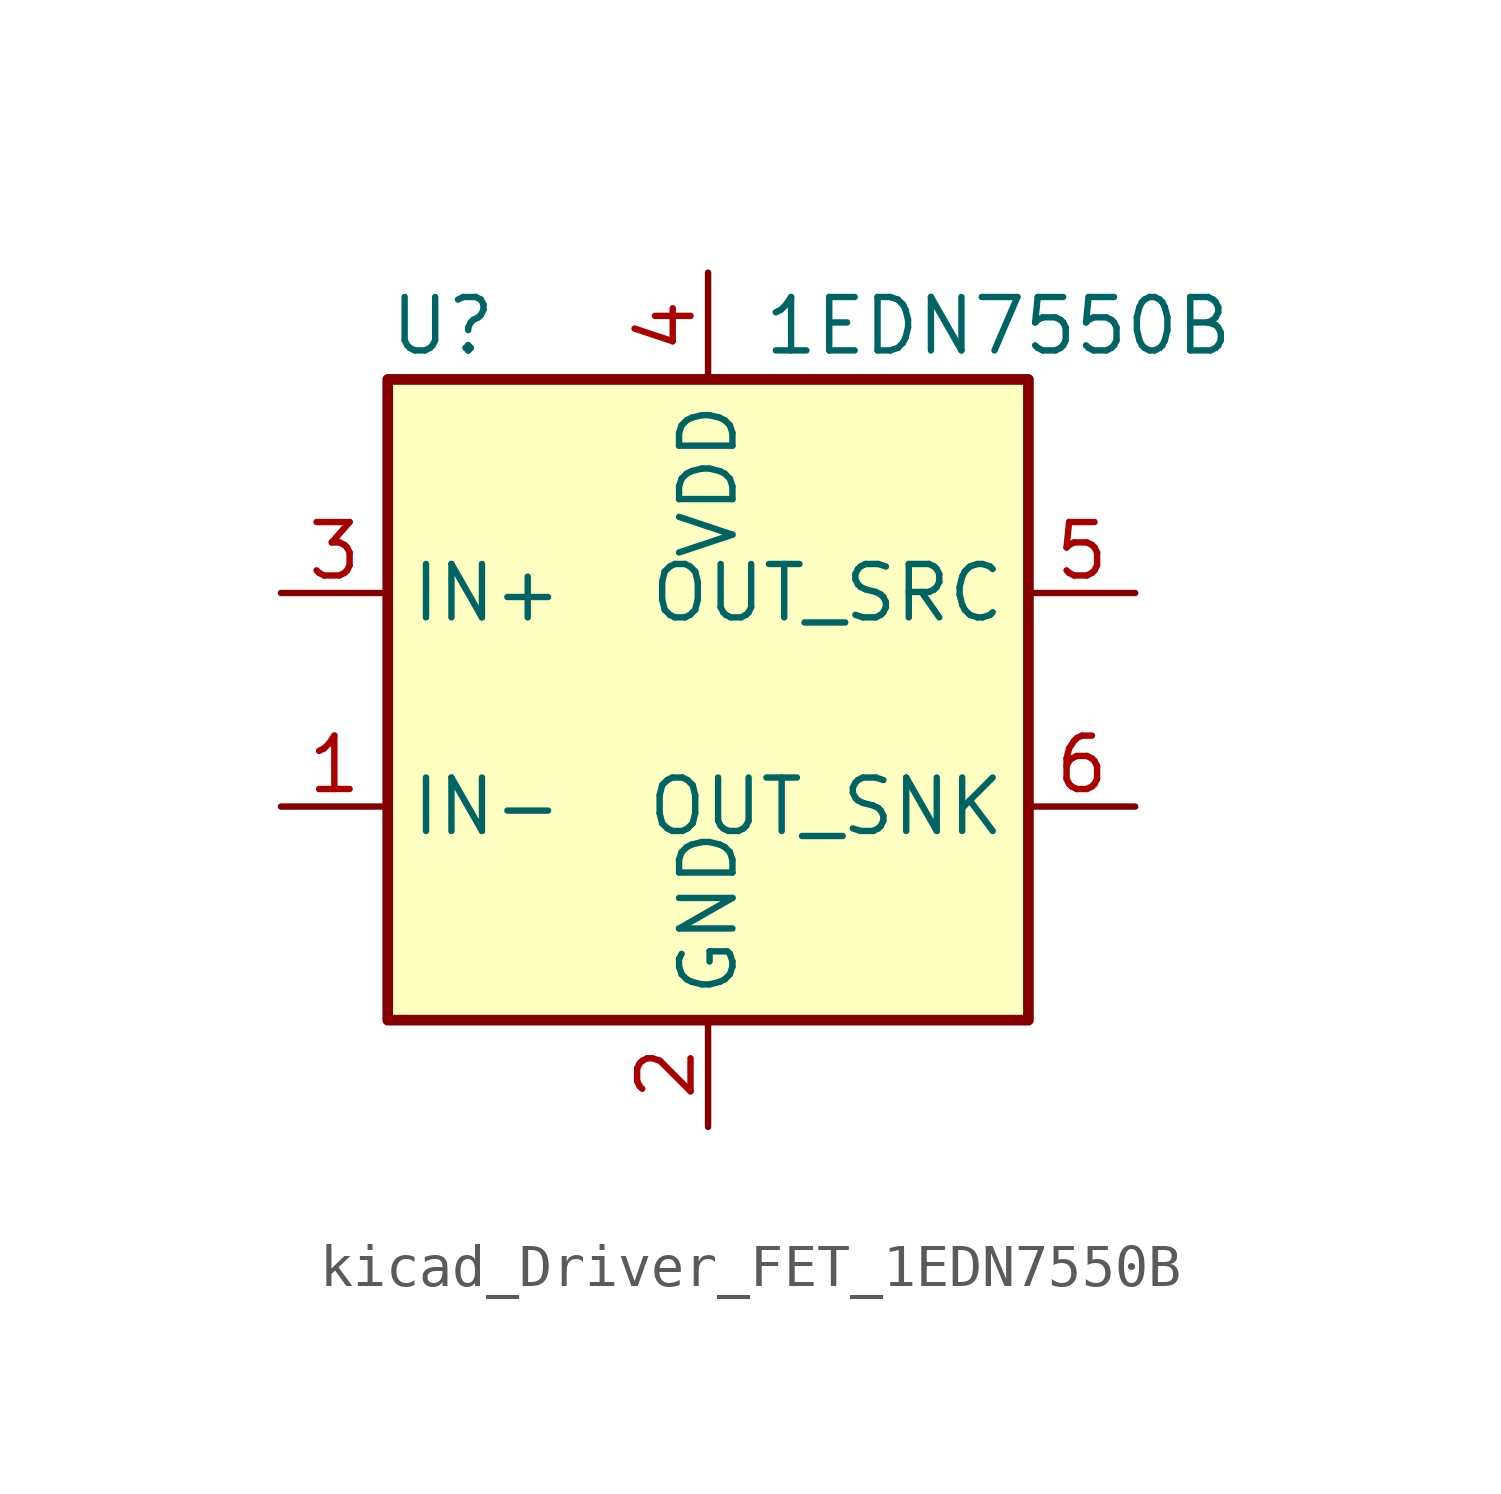
<source format=kicad_sym>
(kicad_symbol_lib
  (version 20220914)
  (generator kicad_symbol_editor)
  (symbol "kicad_Driver_FET_1EDN7550B"
    (property "Reference" "U"
      (at -7.62 8.89 0)
      (effects (font (size 1.27 1.27)) (justify left)))
    (property "Value" "1EDN7550B"
      (at 1.27 8.89 0)
      (effects (font (size 1.27 1.27)) (justify left)))
    (symbol "kicad_Driver_FET_1EDN7550B_0_1"
      (rectangle (start -7.62 -7.62) (end 7.62 7.62) (stroke (width 0.254) (type default)) (fill (type background))))
    (symbol "kicad_Driver_FET_1EDN7550B_1_1"
      (pin input line (at -10.16 -2.54 0) (length 2.54) (name "IN-" (effects (font (size 1.27 1.27)))) (number "1" (effects (font (size 1.27 1.27)))))
      (pin power_in line (at 0 -10.16 90) (length 2.54) (name "GND" (effects (font (size 1.27 1.27)))) (number "2" (effects (font (size 1.27 1.27)))))
      (pin input line (at -10.16 2.54 0) (length 2.54) (name "IN+" (effects (font (size 1.27 1.27)))) (number "3" (effects (font (size 1.27 1.27)))))
      (pin power_in line (at 0 10.16 270) (length 2.54) (name "VDD" (effects (font (size 1.27 1.27)))) (number "4" (effects (font (size 1.27 1.27)))))
      (pin output line (at 10.16 2.54 180) (length 2.54) (name "OUT_SRC" (effects (font (size 1.27 1.27)))) (number "5" (effects (font (size 1.27 1.27)))))
      (pin output line (at 10.16 -2.54 180) (length 2.54) (name "OUT_SNK" (effects (font (size 1.27 1.27)))) (number "6" (effects (font (size 1.27 1.27))))))))
</source>
